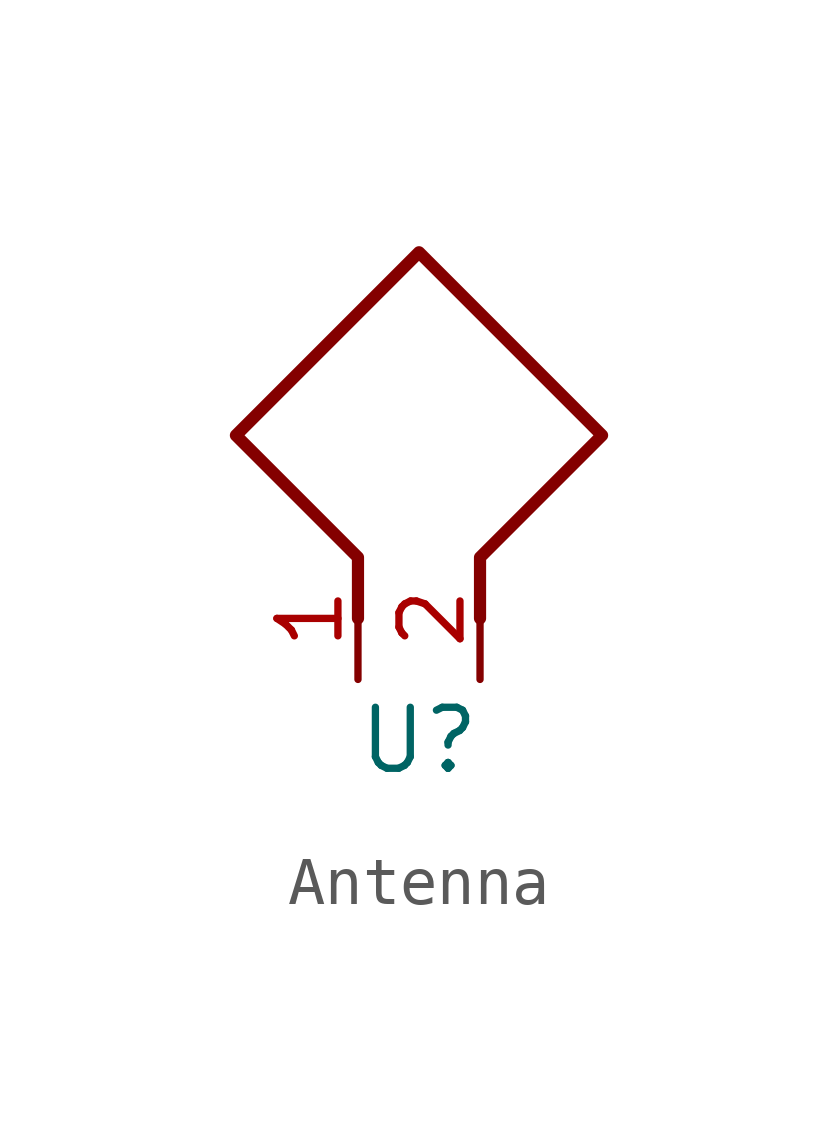
<source format=kicad_sym>
(kicad_symbol_lib
  (version 20231120)
  (generator "kicad_symbol_editor")
  (generator_version "8.0")
  (symbol "Antenna"
    (property "Reference" "U"
      (at 0 0 0)
      (effects (font (size 1.27 1.27))))
    (property "Value" ""
      (at 0 0 0)
      (effects (font (size 1.27 1.27))))
    (symbol "Antenna_0_1"
      (polyline (pts (xy 1.27 2.54) (xy 1.27 3.81) (xy 3.81 6.35) (xy 0 10.16) (xy -3.81 6.35) (xy -1.27 3.81) (xy -1.27 2.54)) (stroke (width 0.254) (type default)) (fill (type none))))
    (symbol "Antenna_1_1"
      (pin input line (at -1.27 1.27 90) (length 2.54) (name "~" (effects (font (size 1.27 1.27)))) (number "1" (effects (font (size 1.27 1.27)))))
      (pin input line (at 1.27 1.27 90) (length 2.54) (name "~" (effects (font (size 1.27 1.27)))) (number "2" (effects (font (size 1.27 1.27))))))))
</source>
